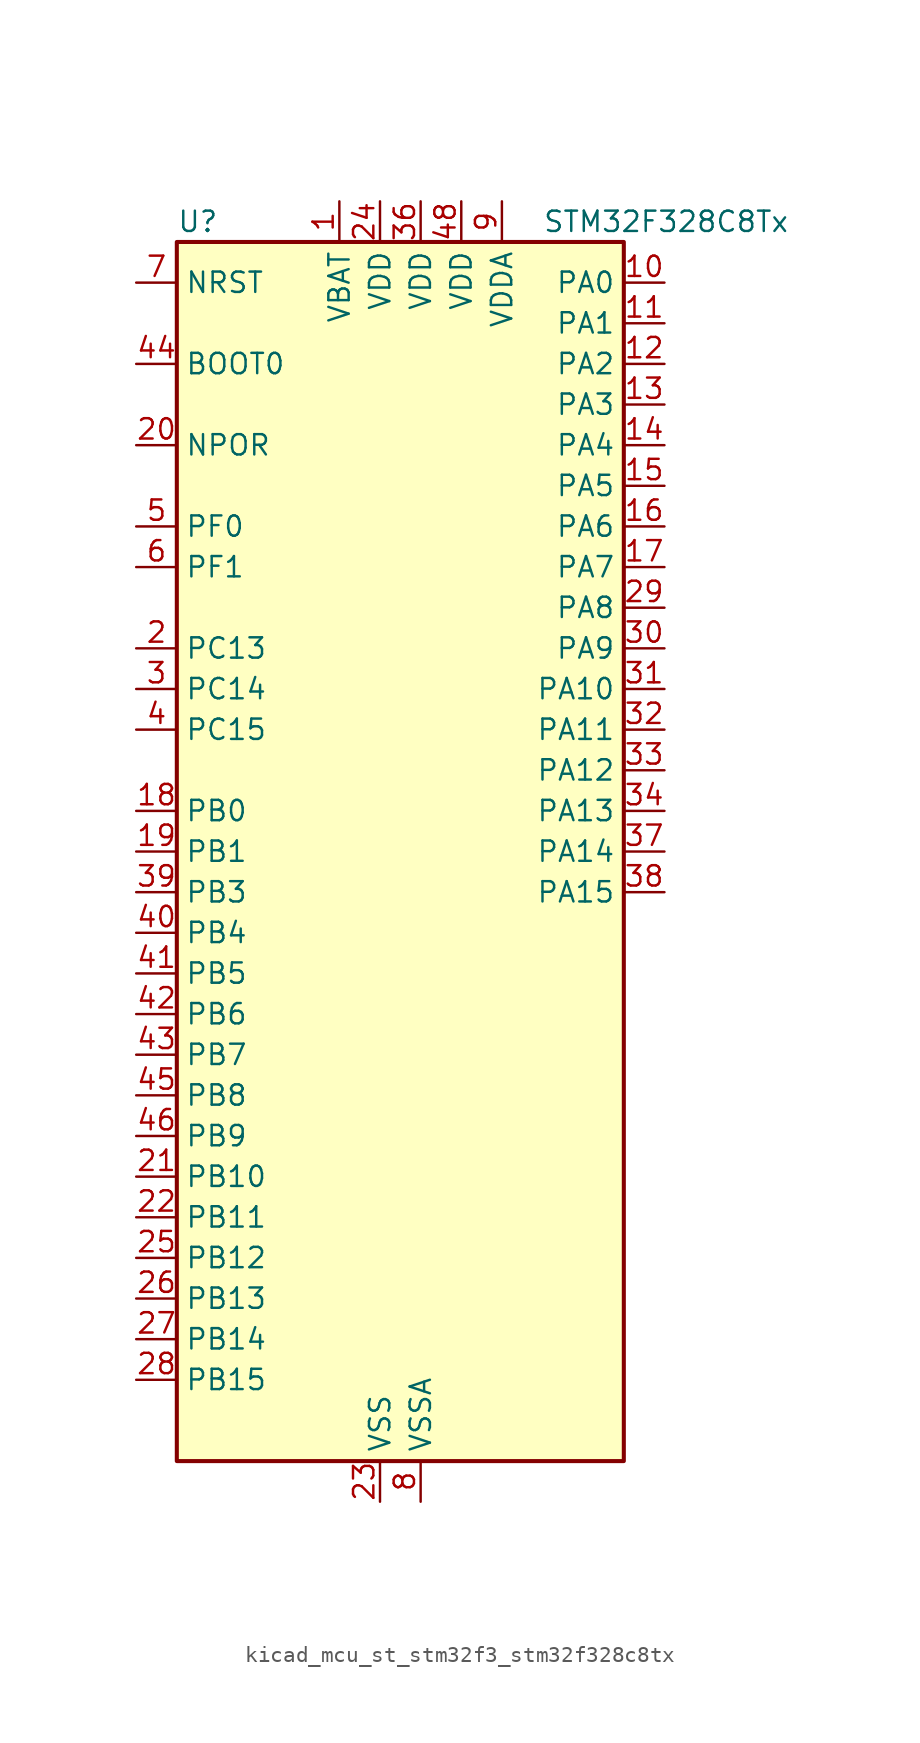
<source format=kicad_sym>
(kicad_symbol_lib
  (version 20220914)
  (generator kicad_symbol_editor)
  (symbol "kicad_mcu_st_stm32f3_stm32f328c8tx"
    (property "Reference" "U"
      (at -12.7 39.37 0)
      (effects (font (size 1.27 1.27)) (justify left)))
    (property "Value" "STM32F328C8Tx"
      (at 10.16 39.37 0)
      (effects (font (size 1.27 1.27)) (justify left)))
    (property "ki_locked" ""
      (at 0 0 0)
      (effects (font (size 1.27 1.27))))
    (symbol "kicad_mcu_st_stm32f3_stm32f328c8tx_0_1"
      (rectangle (start -12.7 -38.1) (end 15.24 38.1) (stroke (width 0.254) (type default)) (fill (type background))))
    (symbol "kicad_mcu_st_stm32f3_stm32f328c8tx_1_1"
      (pin power_in line (at -2.54 40.64 270) (length 2.54) (name "VBAT" (effects (font (size 1.27 1.27)))) (number "1" (effects (font (size 1.27 1.27)))))
      (pin bidirectional line (at 17.78 35.56 180) (length 2.54) (name "PA0" (effects (font (size 1.27 1.27)))) (number "10" (effects (font (size 1.27 1.27)))) (alternate "ADC1_IN1" bidirectional line) (alternate "RTC_TAMP2" bidirectional line) (alternate "SYS_WKUP1" bidirectional line) (alternate "TIM2_CH1" bidirectional line) (alternate "TIM2_ETR" bidirectional line) (alternate "TSC_G1_IO1" bidirectional line) (alternate "USART2_CTS" bidirectional line))
      (pin bidirectional line (at 17.78 33.02 180) (length 2.54) (name "PA1" (effects (font (size 1.27 1.27)))) (number "11" (effects (font (size 1.27 1.27)))) (alternate "ADC1_IN2" bidirectional line) (alternate "RTC_REFIN" bidirectional line) (alternate "TIM15_CH1N" bidirectional line) (alternate "TIM2_CH2" bidirectional line) (alternate "TSC_G1_IO2" bidirectional line) (alternate "USART2_DE" bidirectional line) (alternate "USART2_RTS" bidirectional line))
      (pin bidirectional line (at 17.78 30.48 180) (length 2.54) (name "PA2" (effects (font (size 1.27 1.27)))) (number "12" (effects (font (size 1.27 1.27)))) (alternate "ADC1_IN3" bidirectional line) (alternate "COMP2_INM" bidirectional line) (alternate "COMP2_OUT" bidirectional line) (alternate "TIM15_CH1" bidirectional line) (alternate "TIM2_CH3" bidirectional line) (alternate "TSC_G1_IO3" bidirectional line) (alternate "USART2_TX" bidirectional line))
      (pin bidirectional line (at 17.78 27.94 180) (length 2.54) (name "PA3" (effects (font (size 1.27 1.27)))) (number "13" (effects (font (size 1.27 1.27)))) (alternate "ADC1_IN4" bidirectional line) (alternate "TIM15_CH2" bidirectional line) (alternate "TIM2_CH4" bidirectional line) (alternate "TSC_G1_IO4" bidirectional line) (alternate "USART2_RX" bidirectional line))
      (pin bidirectional line (at 17.78 25.4 180) (length 2.54) (name "PA4" (effects (font (size 1.27 1.27)))) (number "14" (effects (font (size 1.27 1.27)))) (alternate "ADC2_IN1" bidirectional line) (alternate "COMP2_INM" bidirectional line) (alternate "COMP4_INM" bidirectional line) (alternate "COMP6_INM" bidirectional line) (alternate "DAC1_OUT1" bidirectional line) (alternate "SPI1_NSS" bidirectional line) (alternate "TIM3_CH2" bidirectional line) (alternate "TSC_G2_IO1" bidirectional line) (alternate "USART2_CK" bidirectional line))
      (pin bidirectional line (at 17.78 22.86 180) (length 2.54) (name "PA5" (effects (font (size 1.27 1.27)))) (number "15" (effects (font (size 1.27 1.27)))) (alternate "ADC2_IN2" bidirectional line) (alternate "DAC1_OUT2" bidirectional line) (alternate "OPAMP2_VINM" bidirectional line) (alternate "OPAMP2_VINM_SEC" bidirectional line) (alternate "SPI1_SCK" bidirectional line) (alternate "TIM2_CH1" bidirectional line) (alternate "TIM2_ETR" bidirectional line) (alternate "TSC_G2_IO2" bidirectional line))
      (pin bidirectional line (at 17.78 20.32 180) (length 2.54) (name "PA6" (effects (font (size 1.27 1.27)))) (number "16" (effects (font (size 1.27 1.27)))) (alternate "ADC2_IN3" bidirectional line) (alternate "DAC2_OUT1" bidirectional line) (alternate "OPAMP2_VOUT" bidirectional line) (alternate "SPI1_MISO" bidirectional line) (alternate "TIM16_CH1" bidirectional line) (alternate "TIM1_BKIN" bidirectional line) (alternate "TIM3_CH1" bidirectional line) (alternate "TSC_G2_IO3" bidirectional line))
      (pin bidirectional line (at 17.78 17.78 180) (length 2.54) (name "PA7" (effects (font (size 1.27 1.27)))) (number "17" (effects (font (size 1.27 1.27)))) (alternate "ADC2_IN4" bidirectional line) (alternate "COMP2_INP" bidirectional line) (alternate "OPAMP2_VINP" bidirectional line) (alternate "OPAMP2_VINP_SEC" bidirectional line) (alternate "SPI1_MOSI" bidirectional line) (alternate "TIM17_CH1" bidirectional line) (alternate "TIM1_CH1N" bidirectional line) (alternate "TIM3_CH2" bidirectional line) (alternate "TSC_G2_IO4" bidirectional line))
      (pin bidirectional line (at -15.24 2.54 0) (length 2.54) (name "PB0" (effects (font (size 1.27 1.27)))) (number "18" (effects (font (size 1.27 1.27)))) (alternate "ADC1_IN11" bidirectional line) (alternate "COMP4_INP" bidirectional line) (alternate "OPAMP2_VINP" bidirectional line) (alternate "OPAMP2_VINP_SEC" bidirectional line) (alternate "TIM1_CH2N" bidirectional line) (alternate "TIM3_CH3" bidirectional line) (alternate "TSC_G3_IO2" bidirectional line))
      (pin bidirectional line (at -15.24 0 0) (length 2.54) (name "PB1" (effects (font (size 1.27 1.27)))) (number "19" (effects (font (size 1.27 1.27)))) (alternate "ADC1_IN12" bidirectional line) (alternate "COMP4_OUT" bidirectional line) (alternate "TIM1_CH3N" bidirectional line) (alternate "TIM3_CH4" bidirectional line) (alternate "TSC_G3_IO3" bidirectional line))
      (pin bidirectional line (at -15.24 12.7 0) (length 2.54) (name "PC13" (effects (font (size 1.27 1.27)))) (number "2" (effects (font (size 1.27 1.27)))) (alternate "RTC_OUT_ALARM" bidirectional line) (alternate "RTC_OUT_CALIB" bidirectional line) (alternate "RTC_TAMP1" bidirectional line) (alternate "RTC_TS" bidirectional line) (alternate "SYS_WKUP2" bidirectional line) (alternate "TIM1_CH1N" bidirectional line))
      (pin input line (at -15.24 25.4 0) (length 2.54) (name "NPOR" (effects (font (size 1.27 1.27)))) (number "20" (effects (font (size 1.27 1.27)))))
      (pin bidirectional line (at -15.24 -20.32 0) (length 2.54) (name "PB10" (effects (font (size 1.27 1.27)))) (number "21" (effects (font (size 1.27 1.27)))) (alternate "TIM2_CH3" bidirectional line) (alternate "TSC_SYNC" bidirectional line) (alternate "USART3_TX" bidirectional line))
      (pin bidirectional line (at -15.24 -22.86 0) (length 2.54) (name "PB11" (effects (font (size 1.27 1.27)))) (number "22" (effects (font (size 1.27 1.27)))) (alternate "COMP6_INP" bidirectional line) (alternate "TIM2_CH4" bidirectional line) (alternate "TSC_G6_IO1" bidirectional line) (alternate "USART3_RX" bidirectional line))
      (pin power_in line (at 0 -40.64 90) (length 2.54) (name "VSS" (effects (font (size 1.27 1.27)))) (number "23" (effects (font (size 1.27 1.27)))))
      (pin power_in line (at 0 40.64 270) (length 2.54) (name "VDD" (effects (font (size 1.27 1.27)))) (number "24" (effects (font (size 1.27 1.27)))))
      (pin bidirectional line (at -15.24 -25.4 0) (length 2.54) (name "PB12" (effects (font (size 1.27 1.27)))) (number "25" (effects (font (size 1.27 1.27)))) (alternate "ADC2_IN13" bidirectional line) (alternate "TIM1_BKIN" bidirectional line) (alternate "TSC_G6_IO2" bidirectional line) (alternate "USART3_CK" bidirectional line))
      (pin bidirectional line (at -15.24 -27.94 0) (length 2.54) (name "PB13" (effects (font (size 1.27 1.27)))) (number "26" (effects (font (size 1.27 1.27)))) (alternate "ADC1_IN13" bidirectional line) (alternate "TIM1_CH1N" bidirectional line) (alternate "TSC_G6_IO3" bidirectional line) (alternate "USART3_CTS" bidirectional line))
      (pin bidirectional line (at -15.24 -30.48 0) (length 2.54) (name "PB14" (effects (font (size 1.27 1.27)))) (number "27" (effects (font (size 1.27 1.27)))) (alternate "ADC2_IN14" bidirectional line) (alternate "OPAMP2_VINP" bidirectional line) (alternate "OPAMP2_VINP_SEC" bidirectional line) (alternate "TIM15_CH1" bidirectional line) (alternate "TIM1_CH2N" bidirectional line) (alternate "TSC_G6_IO4" bidirectional line) (alternate "USART3_DE" bidirectional line) (alternate "USART3_RTS" bidirectional line))
      (pin bidirectional line (at -15.24 -33.02 0) (length 2.54) (name "PB15" (effects (font (size 1.27 1.27)))) (number "28" (effects (font (size 1.27 1.27)))) (alternate "ADC2_IN15" bidirectional line) (alternate "COMP6_INM" bidirectional line) (alternate "RTC_REFIN" bidirectional line) (alternate "TIM15_CH1N" bidirectional line) (alternate "TIM15_CH2" bidirectional line) (alternate "TIM1_CH3N" bidirectional line))
      (pin bidirectional line (at 17.78 15.24 180) (length 2.54) (name "PA8" (effects (font (size 1.27 1.27)))) (number "29" (effects (font (size 1.27 1.27)))) (alternate "RCC_MCO" bidirectional line) (alternate "TIM1_CH1" bidirectional line) (alternate "USART1_CK" bidirectional line))
      (pin bidirectional line (at -15.24 10.16 0) (length 2.54) (name "PC14" (effects (font (size 1.27 1.27)))) (number "3" (effects (font (size 1.27 1.27)))) (alternate "RCC_OSC32_IN" bidirectional line))
      (pin bidirectional line (at 17.78 12.7 180) (length 2.54) (name "PA9" (effects (font (size 1.27 1.27)))) (number "30" (effects (font (size 1.27 1.27)))) (alternate "DAC1_EXTI9" bidirectional line) (alternate "DAC2_EXTI9" bidirectional line) (alternate "TIM15_BKIN" bidirectional line) (alternate "TIM1_CH2" bidirectional line) (alternate "TIM2_CH3" bidirectional line) (alternate "TSC_G4_IO1" bidirectional line) (alternate "USART1_TX" bidirectional line))
      (pin bidirectional line (at 17.78 10.16 180) (length 2.54) (name "PA10" (effects (font (size 1.27 1.27)))) (number "31" (effects (font (size 1.27 1.27)))) (alternate "COMP6_OUT" bidirectional line) (alternate "TIM17_BKIN" bidirectional line) (alternate "TIM1_CH3" bidirectional line) (alternate "TIM2_CH4" bidirectional line) (alternate "TSC_G4_IO2" bidirectional line) (alternate "USART1_RX" bidirectional line))
      (pin bidirectional line (at 17.78 7.62 180) (length 2.54) (name "PA11" (effects (font (size 1.27 1.27)))) (number "32" (effects (font (size 1.27 1.27)))) (alternate "CAN_RX" bidirectional line) (alternate "TIM1_BKIN2" bidirectional line) (alternate "TIM1_CH1N" bidirectional line) (alternate "TIM1_CH4" bidirectional line) (alternate "USART1_CTS" bidirectional line))
      (pin bidirectional line (at 17.78 5.08 180) (length 2.54) (name "PA12" (effects (font (size 1.27 1.27)))) (number "33" (effects (font (size 1.27 1.27)))) (alternate "CAN_TX" bidirectional line) (alternate "COMP2_OUT" bidirectional line) (alternate "TIM16_CH1" bidirectional line) (alternate "TIM1_CH2N" bidirectional line) (alternate "TIM1_ETR" bidirectional line) (alternate "USART1_DE" bidirectional line) (alternate "USART1_RTS" bidirectional line))
      (pin bidirectional line (at 17.78 2.54 180) (length 2.54) (name "PA13" (effects (font (size 1.27 1.27)))) (number "34" (effects (font (size 1.27 1.27)))) (alternate "IR_OUT" bidirectional line) (alternate "SYS_JTMS-SWDIO" bidirectional line) (alternate "TIM16_CH1N" bidirectional line) (alternate "TSC_G4_IO3" bidirectional line) (alternate "USART3_CTS" bidirectional line))
      (pin passive line (at 0 -40.64 90) (length 2.54) hide (name "VSS" (effects (font (size 1.27 1.27)))) (number "35" (effects (font (size 1.27 1.27)))))
      (pin power_in line (at 2.54 40.64 270) (length 2.54) (name "VDD" (effects (font (size 1.27 1.27)))) (number "36" (effects (font (size 1.27 1.27)))))
      (pin bidirectional line (at 17.78 0 180) (length 2.54) (name "PA14" (effects (font (size 1.27 1.27)))) (number "37" (effects (font (size 1.27 1.27)))) (alternate "I2C1_SDA" bidirectional line) (alternate "SYS_JTCK-SWCLK" bidirectional line) (alternate "TIM1_BKIN" bidirectional line) (alternate "TSC_G4_IO4" bidirectional line) (alternate "USART2_TX" bidirectional line))
      (pin bidirectional line (at 17.78 -2.54 180) (length 2.54) (name "PA15" (effects (font (size 1.27 1.27)))) (number "38" (effects (font (size 1.27 1.27)))) (alternate "I2C1_SCL" bidirectional line) (alternate "SPI1_NSS" bidirectional line) (alternate "SYS_JTDI" bidirectional line) (alternate "TIM1_BKIN" bidirectional line) (alternate "TIM2_CH1" bidirectional line) (alternate "TIM2_ETR" bidirectional line) (alternate "TSC_SYNC" bidirectional line) (alternate "USART2_RX" bidirectional line))
      (pin bidirectional line (at -15.24 -2.54 0) (length 2.54) (name "PB3" (effects (font (size 1.27 1.27)))) (number "39" (effects (font (size 1.27 1.27)))) (alternate "SPI1_SCK" bidirectional line) (alternate "SYS_JTDO-TRACESWO" bidirectional line) (alternate "TIM2_CH2" bidirectional line) (alternate "TIM3_ETR" bidirectional line) (alternate "TSC_G5_IO1" bidirectional line) (alternate "USART2_TX" bidirectional line))
      (pin bidirectional line (at -15.24 7.62 0) (length 2.54) (name "PC15" (effects (font (size 1.27 1.27)))) (number "4" (effects (font (size 1.27 1.27)))) (alternate "RCC_OSC32_OUT" bidirectional line))
      (pin bidirectional line (at -15.24 -5.08 0) (length 2.54) (name "PB4" (effects (font (size 1.27 1.27)))) (number "40" (effects (font (size 1.27 1.27)))) (alternate "SPI1_MISO" bidirectional line) (alternate "SYS_NJTRST" bidirectional line) (alternate "TIM16_CH1" bidirectional line) (alternate "TIM17_BKIN" bidirectional line) (alternate "TIM3_CH1" bidirectional line) (alternate "TSC_G5_IO2" bidirectional line) (alternate "USART2_RX" bidirectional line))
      (pin bidirectional line (at -15.24 -7.62 0) (length 2.54) (name "PB5" (effects (font (size 1.27 1.27)))) (number "41" (effects (font (size 1.27 1.27)))) (alternate "I2C1_SMBA" bidirectional line) (alternate "SPI1_MOSI" bidirectional line) (alternate "TIM16_BKIN" bidirectional line) (alternate "TIM17_CH1" bidirectional line) (alternate "TIM3_CH2" bidirectional line) (alternate "USART2_CK" bidirectional line))
      (pin bidirectional line (at -15.24 -10.16 0) (length 2.54) (name "PB6" (effects (font (size 1.27 1.27)))) (number "42" (effects (font (size 1.27 1.27)))) (alternate "I2C1_SCL" bidirectional line) (alternate "TIM16_CH1N" bidirectional line) (alternate "TSC_G5_IO3" bidirectional line) (alternate "USART1_TX" bidirectional line))
      (pin bidirectional line (at -15.24 -12.7 0) (length 2.54) (name "PB7" (effects (font (size 1.27 1.27)))) (number "43" (effects (font (size 1.27 1.27)))) (alternate "I2C1_SDA" bidirectional line) (alternate "TIM17_CH1N" bidirectional line) (alternate "TIM3_CH4" bidirectional line) (alternate "TSC_G5_IO4" bidirectional line) (alternate "USART1_RX" bidirectional line))
      (pin input line (at -15.24 30.48 0) (length 2.54) (name "BOOT0" (effects (font (size 1.27 1.27)))) (number "44" (effects (font (size 1.27 1.27)))))
      (pin bidirectional line (at -15.24 -15.24 0) (length 2.54) (name "PB8" (effects (font (size 1.27 1.27)))) (number "45" (effects (font (size 1.27 1.27)))) (alternate "CAN_RX" bidirectional line) (alternate "I2C1_SCL" bidirectional line) (alternate "TIM16_CH1" bidirectional line) (alternate "TIM1_BKIN" bidirectional line) (alternate "TSC_SYNC" bidirectional line) (alternate "USART3_RX" bidirectional line))
      (pin bidirectional line (at -15.24 -17.78 0) (length 2.54) (name "PB9" (effects (font (size 1.27 1.27)))) (number "46" (effects (font (size 1.27 1.27)))) (alternate "CAN_TX" bidirectional line) (alternate "COMP2_OUT" bidirectional line) (alternate "DAC1_EXTI9" bidirectional line) (alternate "DAC2_EXTI9" bidirectional line) (alternate "I2C1_SDA" bidirectional line) (alternate "IR_OUT" bidirectional line) (alternate "TIM17_CH1" bidirectional line) (alternate "USART3_TX" bidirectional line))
      (pin passive line (at 0 -40.64 90) (length 2.54) hide (name "VSS" (effects (font (size 1.27 1.27)))) (number "47" (effects (font (size 1.27 1.27)))))
      (pin power_in line (at 5.08 40.64 270) (length 2.54) (name "VDD" (effects (font (size 1.27 1.27)))) (number "48" (effects (font (size 1.27 1.27)))))
      (pin bidirectional line (at -15.24 20.32 0) (length 2.54) (name "PF0" (effects (font (size 1.27 1.27)))) (number "5" (effects (font (size 1.27 1.27)))) (alternate "RCC_OSC_IN" bidirectional line) (alternate "TIM1_CH3N" bidirectional line))
      (pin bidirectional line (at -15.24 17.78 0) (length 2.54) (name "PF1" (effects (font (size 1.27 1.27)))) (number "6" (effects (font (size 1.27 1.27)))) (alternate "RCC_OSC_OUT" bidirectional line))
      (pin input line (at -15.24 35.56 0) (length 2.54) (name "NRST" (effects (font (size 1.27 1.27)))) (number "7" (effects (font (size 1.27 1.27)))))
      (pin power_in line (at 2.54 -40.64 90) (length 2.54) (name "VSSA" (effects (font (size 1.27 1.27)))) (number "8" (effects (font (size 1.27 1.27)))))
      (pin power_in line (at 7.62 40.64 270) (length 2.54) (name "VDDA" (effects (font (size 1.27 1.27)))) (number "9" (effects (font (size 1.27 1.27))))))))
</source>
